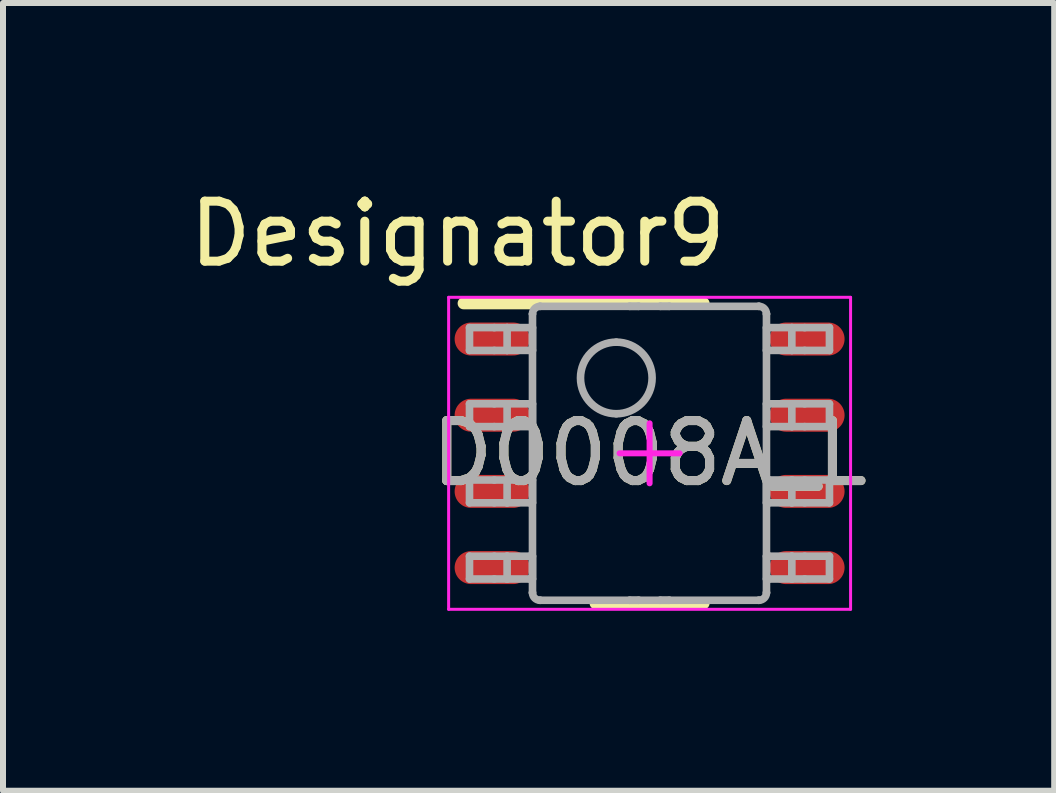
<source format=kicad_pcb>
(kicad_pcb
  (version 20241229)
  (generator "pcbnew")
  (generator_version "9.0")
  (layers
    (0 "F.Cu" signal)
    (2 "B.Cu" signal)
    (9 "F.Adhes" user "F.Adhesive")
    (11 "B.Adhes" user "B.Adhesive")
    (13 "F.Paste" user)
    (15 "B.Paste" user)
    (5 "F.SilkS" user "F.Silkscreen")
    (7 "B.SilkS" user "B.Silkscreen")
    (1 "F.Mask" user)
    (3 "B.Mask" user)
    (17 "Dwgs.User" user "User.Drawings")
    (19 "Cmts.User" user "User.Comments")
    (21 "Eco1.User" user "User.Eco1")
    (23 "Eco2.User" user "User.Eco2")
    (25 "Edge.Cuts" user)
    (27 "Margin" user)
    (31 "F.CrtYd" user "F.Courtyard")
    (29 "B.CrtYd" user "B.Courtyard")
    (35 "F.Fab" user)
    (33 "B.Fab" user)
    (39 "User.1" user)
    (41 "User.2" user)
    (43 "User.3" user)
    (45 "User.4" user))
  (footprint "D0008A_L"
    (layer "F.Cu")
    (at 7.778 4.506)
    (property "Reference" "D0008A_L" (at 0 0 0) (unlocked yes) (layer "F.SilkS") (effects (font (size 1 1) (thickness 0.15))))
    (attr smd)
    (fp_line (start -3.1 -2.5) (end 0.9 -2.5) (stroke (width 0.2) (type solid)) (layer "F.SilkS"))
    (fp_line (start -0.9 2.5) (end 0.9 2.5) (stroke (width 0.2) (type solid)) (layer "F.SilkS"))
    (fp_line (start -3.35 -2.6) (end 3.35 -2.6) (stroke (width 0.05) (type solid)) (layer "F.CrtYd"))
    (fp_line (start -3.35 2.6) (end -3.35 -2.6) (stroke (width 0.05) (type solid)) (layer "F.CrtYd"))
    (fp_line (start -3.35 2.6) (end 3.35 2.6) (stroke (width 0.05) (type solid)) (layer "F.CrtYd"))
    (fp_line (start -0.5 0) (end 0.5 0) (stroke (width 0.1) (type solid)) (layer "F.CrtYd"))
    (fp_line (start 0 0.5) (end 0 -0.5) (stroke (width 0.1) (type solid)) (layer "F.CrtYd"))
    (fp_line (start 3.35 2.6) (end 3.35 -2.6) (stroke (width 0.05) (type solid)) (layer "F.CrtYd"))
    (fp_line (start -3.002 -2.095) (end -2.589 -2.095) (stroke (width 0.127) (type solid)) (layer "F.Fab"))
    (fp_line (start -3.002 -1.715) (end -3.002 -2.095) (stroke (width 0.127) (type solid)) (layer "F.Fab"))
    (fp_line (start -3.002 -1.715) (end -2.589 -1.715) (stroke (width 0.127) (type solid)) (layer "F.Fab"))
    (fp_line (start -3.002 -0.825) (end -2.589 -0.825) (stroke (width 0.127) (type solid)) (layer "F.Fab"))
    (fp_line (start -3.002 -0.445) (end -3.002 -0.825) (stroke (width 0.127) (type solid)) (layer "F.Fab"))
    (fp_line (start -3.002 -0.445) (end -2.589 -0.445) (stroke (width 0.127) (type solid)) (layer "F.Fab"))
    (fp_line (start -3.002 0.445) (end -2.589 0.445) (stroke (width 0.127) (type solid)) (layer "F.Fab"))
    (fp_line (start -3.002 0.825) (end -3.002 0.445) (stroke (width 0.127) (type solid)) (layer "F.Fab"))
    (fp_line (start -3.002 0.825) (end -2.589 0.825) (stroke (width 0.127) (type solid)) (layer "F.Fab"))
    (fp_line (start -3.002 1.715) (end -2.589 1.715) (stroke (width 0.127) (type solid)) (layer "F.Fab"))
    (fp_line (start -3.002 2.095) (end -3.002 1.715) (stroke (width 0.127) (type solid)) (layer "F.Fab"))
    (fp_line (start -3.002 2.095) (end -2.589 2.095) (stroke (width 0.127) (type solid)) (layer "F.Fab"))
    (fp_line (start -2.589 -2.095) (end -2.375 -2.095) (stroke (width 0.127) (type solid)) (layer "F.Fab"))
    (fp_line (start -2.589 -1.715) (end -2.375 -1.715) (stroke (width 0.127) (type solid)) (layer "F.Fab"))
    (fp_line (start -2.589 -0.825) (end -2.375 -0.825) (stroke (width 0.127) (type solid)) (layer "F.Fab"))
    (fp_line (start -2.589 -0.445) (end -2.375 -0.445) (stroke (width 0.127) (type solid)) (layer "F.Fab"))
    (fp_line (start -2.589 0.445) (end -2.375 0.445) (stroke (width 0.127) (type solid)) (layer "F.Fab"))
    (fp_line (start -2.589 0.825) (end -2.375 0.825) (stroke (width 0.127) (type solid)) (layer "F.Fab"))
    (fp_line (start -2.589 1.715) (end -2.375 1.715) (stroke (width 0.127) (type solid)) (layer "F.Fab"))
    (fp_line (start -2.589 2.095) (end -2.375 2.095) (stroke (width 0.127) (type solid)) (layer "F.Fab"))
    (fp_line (start -2.375 -2.095) (end -1.995 -2.095) (stroke (width 0.127) (type solid)) (layer "F.Fab"))
    (fp_line (start -2.375 -1.715) (end -2.375 -2.095) (stroke (width 0.127) (type solid)) (layer "F.Fab"))
    (fp_line (start -2.375 -1.715) (end -1.995 -1.715) (stroke (width 0.127) (type solid)) (layer "F.Fab"))
    (fp_line (start -2.375 -0.825) (end -1.995 -0.825) (stroke (width 0.127) (type solid)) (layer "F.Fab"))
    (fp_line (start -2.375 -0.445) (end -2.375 -0.825) (stroke (width 0.127) (type solid)) (layer "F.Fab"))
    (fp_line (start -2.375 -0.445) (end -1.995 -0.445) (stroke (width 0.127) (type solid)) (layer "F.Fab"))
    (fp_line (start -2.375 0.445) (end -1.995 0.445) (stroke (width 0.127) (type solid)) (layer "F.Fab"))
    (fp_line (start -2.375 0.825) (end -2.375 0.445) (stroke (width 0.127) (type solid)) (layer "F.Fab"))
    (fp_line (start -2.375 0.825) (end -1.995 0.825) (stroke (width 0.127) (type solid)) (layer "F.Fab"))
    (fp_line (start -2.375 1.715) (end -1.995 1.715) (stroke (width 0.127) (type solid)) (layer "F.Fab"))
    (fp_line (start -2.375 2.095) (end -2.375 1.715) (stroke (width 0.127) (type solid)) (layer "F.Fab"))
    (fp_line (start -2.375 2.095) (end -1.995 2.095) (stroke (width 0.127) (type solid)) (layer "F.Fab"))
    (fp_line (start -1.995 -2.095) (end -1.952 -2.095) (stroke (width 0.127) (type solid)) (layer "F.Fab"))
    (fp_line (start -1.995 -1.715) (end -1.952 -1.715) (stroke (width 0.127) (type solid)) (layer "F.Fab"))
    (fp_line (start -1.995 -0.825) (end -1.952 -0.825) (stroke (width 0.127) (type solid)) (layer "F.Fab"))
    (fp_line (start -1.995 -0.445) (end -1.952 -0.445) (stroke (width 0.127) (type solid)) (layer "F.Fab"))
    (fp_line (start -1.995 0.445) (end -1.952 0.445) (stroke (width 0.127) (type solid)) (layer "F.Fab"))
    (fp_line (start -1.995 0.825) (end -1.952 0.825) (stroke (width 0.127) (type solid)) (layer "F.Fab"))
    (fp_line (start -1.995 1.715) (end -1.952 1.715) (stroke (width 0.127) (type solid)) (layer "F.Fab"))
    (fp_line (start -1.995 2.095) (end -1.952 2.095) (stroke (width 0.127) (type solid)) (layer "F.Fab"))
    (fp_line (start -1.952 -2.323) (end -1.952 -2.324) (stroke (width 0.127) (type solid)) (layer "F.Fab"))
    (fp_line (start -1.952 -1.715) (end -1.952 -2.095) (stroke (width 0.127) (type solid)) (layer "F.Fab"))
    (fp_line (start -1.952 -0.445) (end -1.952 -0.825) (stroke (width 0.127) (type solid)) (layer "F.Fab"))
    (fp_line (start -1.952 0.825) (end -1.952 0.445) (stroke (width 0.127) (type solid)) (layer "F.Fab"))
    (fp_line (start -1.952 2.095) (end -1.952 1.715) (stroke (width 0.127) (type solid)) (layer "F.Fab"))
    (fp_line (start -1.952 2.323) (end -1.952 -2.323) (stroke (width 0.127) (type solid)) (layer "F.Fab"))
    (fp_line (start -1.952 2.324) (end -1.952 2.323) (stroke (width 0.127) (type solid)) (layer "F.Fab"))
    (fp_line (start -1.826 -2.45) (end -1.825 -2.45) (stroke (width 0.127) (type solid)) (layer "F.Fab"))
    (fp_line (start -1.826 2.45) (end -1.825 2.45) (stroke (width 0.127) (type solid)) (layer "F.Fab"))
    (fp_line (start -1.825 -2.45) (end -0.332 -2.45) (stroke (width 0.127) (type solid)) (layer "F.Fab"))
    (fp_line (start -1.825 2.45) (end -0.332 2.45) (stroke (width 0.127) (type solid)) (layer "F.Fab"))
    (fp_line (start -0.332 -2.45) (end -0.182 -2.45) (stroke (width 0.127) (type solid)) (layer "F.Fab"))
    (fp_line (start -0.332 -2.45) (end -0.182 -2.45) (stroke (width 0.127) (type solid)) (layer "F.Fab"))
    (fp_line (start -0.332 2.45) (end -0.182 2.45) (stroke (width 0.127) (type solid)) (layer "F.Fab"))
    (fp_line (start -0.332 2.45) (end -0.182 2.45) (stroke (width 0.127) (type solid)) (layer "F.Fab"))
    (fp_line (start -0.182 -2.45) (end 0.178 -2.45) (stroke (width 0.127) (type solid)) (layer "F.Fab"))
    (fp_line (start -0.182 2.45) (end 0.178 2.45) (stroke (width 0.127) (type solid)) (layer "F.Fab"))
    (fp_line (start 0.178 -2.45) (end 0.328 -2.45) (stroke (width 0.127) (type solid)) (layer "F.Fab"))
    (fp_line (start 0.178 -2.45) (end 0.328 -2.45) (stroke (width 0.127) (type solid)) (layer "F.Fab"))
    (fp_line (start 0.178 2.45) (end 0.328 2.45) (stroke (width 0.127) (type solid)) (layer "F.Fab"))
    (fp_line (start 0.178 2.45) (end 0.328 2.45) (stroke (width 0.127) (type solid)) (layer "F.Fab"))
    (fp_line (start 0.328 -2.45) (end 1.821 -2.45) (stroke (width 0.127) (type solid)) (layer "F.Fab"))
    (fp_line (start 0.328 2.45) (end 1.821 2.45) (stroke (width 0.127) (type solid)) (layer "F.Fab"))
    (fp_line (start 1.821 -2.45) (end 1.822 -2.45) (stroke (width 0.127) (type solid)) (layer "F.Fab"))
    (fp_line (start 1.821 2.45) (end 1.822 2.45) (stroke (width 0.127) (type solid)) (layer "F.Fab"))
    (fp_line (start 1.948 -2.323) (end 1.948 -2.324) (stroke (width 0.127) (type solid)) (layer "F.Fab"))
    (fp_line (start 1.948 -2.095) (end 1.991 -2.095) (stroke (width 0.127) (type solid)) (layer "F.Fab"))
    (fp_line (start 1.948 -1.715) (end 1.948 -2.095) (stroke (width 0.127) (type solid)) (layer "F.Fab"))
    (fp_line (start 1.948 -1.715) (end 1.991 -1.715) (stroke (width 0.127) (type solid)) (layer "F.Fab"))
    (fp_line (start 1.948 -0.825) (end 1.991 -0.825) (stroke (width 0.127) (type solid)) (layer "F.Fab"))
    (fp_line (start 1.948 -0.445) (end 1.948 -0.825) (stroke (width 0.127) (type solid)) (layer "F.Fab"))
    (fp_line (start 1.948 -0.445) (end 1.991 -0.445) (stroke (width 0.127) (type solid)) (layer "F.Fab"))
    (fp_line (start 1.948 0.445) (end 1.991 0.445) (stroke (width 0.127) (type solid)) (layer "F.Fab"))
    (fp_line (start 1.948 0.825) (end 1.948 0.445) (stroke (width 0.127) (type solid)) (layer "F.Fab"))
    (fp_line (start 1.948 0.825) (end 1.991 0.825) (stroke (width 0.127) (type solid)) (layer "F.Fab"))
    (fp_line (start 1.948 1.715) (end 1.991 1.715) (stroke (width 0.127) (type solid)) (layer "F.Fab"))
    (fp_line (start 1.948 2.095) (end 1.948 1.715) (stroke (width 0.127) (type solid)) (layer "F.Fab"))
    (fp_line (start 1.948 2.095) (end 1.991 2.095) (stroke (width 0.127) (type solid)) (layer "F.Fab"))
    (fp_line (start 1.948 2.323) (end 1.948 -2.323) (stroke (width 0.127) (type solid)) (layer "F.Fab"))
    (fp_line (start 1.948 2.324) (end 1.948 2.323) (stroke (width 0.127) (type solid)) (layer "F.Fab"))
    (fp_line (start 1.991 -2.095) (end 2.371 -2.095) (stroke (width 0.127) (type solid)) (layer "F.Fab"))
    (fp_line (start 1.991 -1.715) (end 2.371 -1.715) (stroke (width 0.127) (type solid)) (layer "F.Fab"))
    (fp_line (start 1.991 -0.825) (end 2.371 -0.825) (stroke (width 0.127) (type solid)) (layer "F.Fab"))
    (fp_line (start 1.991 -0.445) (end 2.371 -0.445) (stroke (width 0.127) (type solid)) (layer "F.Fab"))
    (fp_line (start 1.991 0.445) (end 2.371 0.445) (stroke (width 0.127) (type solid)) (layer "F.Fab"))
    (fp_line (start 1.991 0.825) (end 2.371 0.825) (stroke (width 0.127) (type solid)) (layer "F.Fab"))
    (fp_line (start 1.991 1.715) (end 2.371 1.715) (stroke (width 0.127) (type solid)) (layer "F.Fab"))
    (fp_line (start 1.991 2.095) (end 2.371 2.095) (stroke (width 0.127) (type solid)) (layer "F.Fab"))
    (fp_line (start 2.371 -2.095) (end 2.585 -2.095) (stroke (width 0.127) (type solid)) (layer "F.Fab"))
    (fp_line (start 2.371 -1.715) (end 2.371 -2.095) (stroke (width 0.127) (type solid)) (layer "F.Fab"))
    (fp_line (start 2.371 -1.715) (end 2.585 -1.715) (stroke (width 0.127) (type solid)) (layer "F.Fab"))
    (fp_line (start 2.371 -0.825) (end 2.585 -0.825) (stroke (width 0.127) (type solid)) (layer "F.Fab"))
    (fp_line (start 2.371 -0.445) (end 2.371 -0.825) (stroke (width 0.127) (type solid)) (layer "F.Fab"))
    (fp_line (start 2.371 -0.445) (end 2.585 -0.445) (stroke (width 0.127) (type solid)) (layer "F.Fab"))
    (fp_line (start 2.371 0.445) (end 2.585 0.445) (stroke (width 0.127) (type solid)) (layer "F.Fab"))
    (fp_line (start 2.371 0.825) (end 2.371 0.445) (stroke (width 0.127) (type solid)) (layer "F.Fab"))
    (fp_line (start 2.371 0.825) (end 2.585 0.825) (stroke (width 0.127) (type solid)) (layer "F.Fab"))
    (fp_line (start 2.371 1.715) (end 2.585 1.715) (stroke (width 0.127) (type solid)) (layer "F.Fab"))
    (fp_line (start 2.371 2.095) (end 2.371 1.715) (stroke (width 0.127) (type solid)) (layer "F.Fab"))
    (fp_line (start 2.371 2.095) (end 2.585 2.095) (stroke (width 0.127) (type solid)) (layer "F.Fab"))
    (fp_line (start 2.585 -2.095) (end 2.998 -2.095) (stroke (width 0.127) (type solid)) (layer "F.Fab"))
    (fp_line (start 2.585 -1.715) (end 2.998 -1.715) (stroke (width 0.127) (type solid)) (layer "F.Fab"))
    (fp_line (start 2.585 -0.825) (end 2.998 -0.825) (stroke (width 0.127) (type solid)) (layer "F.Fab"))
    (fp_line (start 2.585 -0.445) (end 2.998 -0.445) (stroke (width 0.127) (type solid)) (layer "F.Fab"))
    (fp_line (start 2.585 0.445) (end 2.998 0.445) (stroke (width 0.127) (type solid)) (layer "F.Fab"))
    (fp_line (start 2.585 0.825) (end 2.998 0.825) (stroke (width 0.127) (type solid)) (layer "F.Fab"))
    (fp_line (start 2.585 1.715) (end 2.998 1.715) (stroke (width 0.127) (type solid)) (layer "F.Fab"))
    (fp_line (start 2.585 2.095) (end 2.998 2.095) (stroke (width 0.127) (type solid)) (layer "F.Fab"))
    (fp_line (start 2.998 -1.715) (end 2.998 -2.095) (stroke (width 0.127) (type solid)) (layer "F.Fab"))
    (fp_line (start 2.998 -0.445) (end 2.998 -0.825) (stroke (width 0.127) (type solid)) (layer "F.Fab"))
    (fp_line (start 2.998 0.825) (end 2.998 0.445) (stroke (width 0.127) (type solid)) (layer "F.Fab"))
    (fp_line (start 2.998 2.095) (end 2.998 1.715) (stroke (width 0.127) (type solid)) (layer "F.Fab"))
    (fp_arc (start -1.952002 -2.323941) (mid -1.914806 -2.412806) (end -1.825941 -2.450002) (stroke (width 0.127) (type solid)) (layer "F.Fab"))
    (fp_arc (start -1.825941 2.449992) (mid -1.914806 2.412795) (end -1.952002 2.323931) (stroke (width 0.127) (type solid)) (layer "F.Fab"))
    (fp_arc (start -0.555 -1.8531) (mid 0.0419 -1.2562) (end -0.555 -0.6593) (stroke (width 0.127) (type solid)) (layer "F.Fab"))
    (fp_arc (start -0.555 -0.6593) (mid -1.1519 -1.2562) (end -0.555 -1.8531) (stroke (width 0.127) (type solid)) (layer "F.Fab"))
    (fp_arc (start 1.821933 -2.450002) (mid 1.910797 -2.412806) (end 1.947994 -2.323941) (stroke (width 0.127) (type solid)) (layer "F.Fab"))
    (fp_arc (start 1.947994 2.323931) (mid 1.910797 2.412795) (end 1.821933 2.449992) (stroke (width 0.127) (type solid)) (layer "F.Fab"))
    (fp_text user "Designator9" (at -3.2 -3.658 0) (unlocked yes) (layer "F.SilkS") (effects (font (size 1 1) (thickness 0.15))))
    (fp_text user "${REFERENCE}" (at 0 0 0) (unlocked yes) (layer "F.Fab") (effects (font (size 1 1) (thickness 0.15))))
    (pad "1" smd oval (at -2.625 -1.905 90) (size 0.55 1.25) (layers "F.Cu" "F.Mask" "F.Paste"))
    (pad "2" smd oval (at -2.625 -0.635 90) (size 0.55 1.25) (layers "F.Cu" "F.Mask" "F.Paste"))
    (pad "3" smd oval (at -2.625 0.635 90) (size 0.55 1.25) (layers "F.Cu" "F.Mask" "F.Paste"))
    (pad "4" smd oval (at -2.625 1.905 90) (size 0.55 1.25) (layers "F.Cu" "F.Mask" "F.Paste"))
    (pad "5" smd oval (at 2.625 1.905 90) (size 0.55 1.25) (layers "F.Cu" "F.Mask" "F.Paste"))
    (pad "6" smd oval (at 2.625 0.635 90) (size 0.55 1.25) (layers "F.Cu" "F.Mask" "F.Paste"))
    (pad "7" smd oval (at 2.625 -0.635 90) (size 0.55 1.25) (layers "F.Cu" "F.Mask" "F.Paste"))
    (pad "8" smd oval (at 2.625 -1.905 90) (size 0.55 1.25) (layers "F.Cu" "F.Mask" "F.Paste")))
  (gr_rect
    (start -3 -3)
    (end 14.522 10.131)
    (stroke (width 0.1) (type default))
    (fill no)
    (layer "Edge.Cuts")))
</source>
